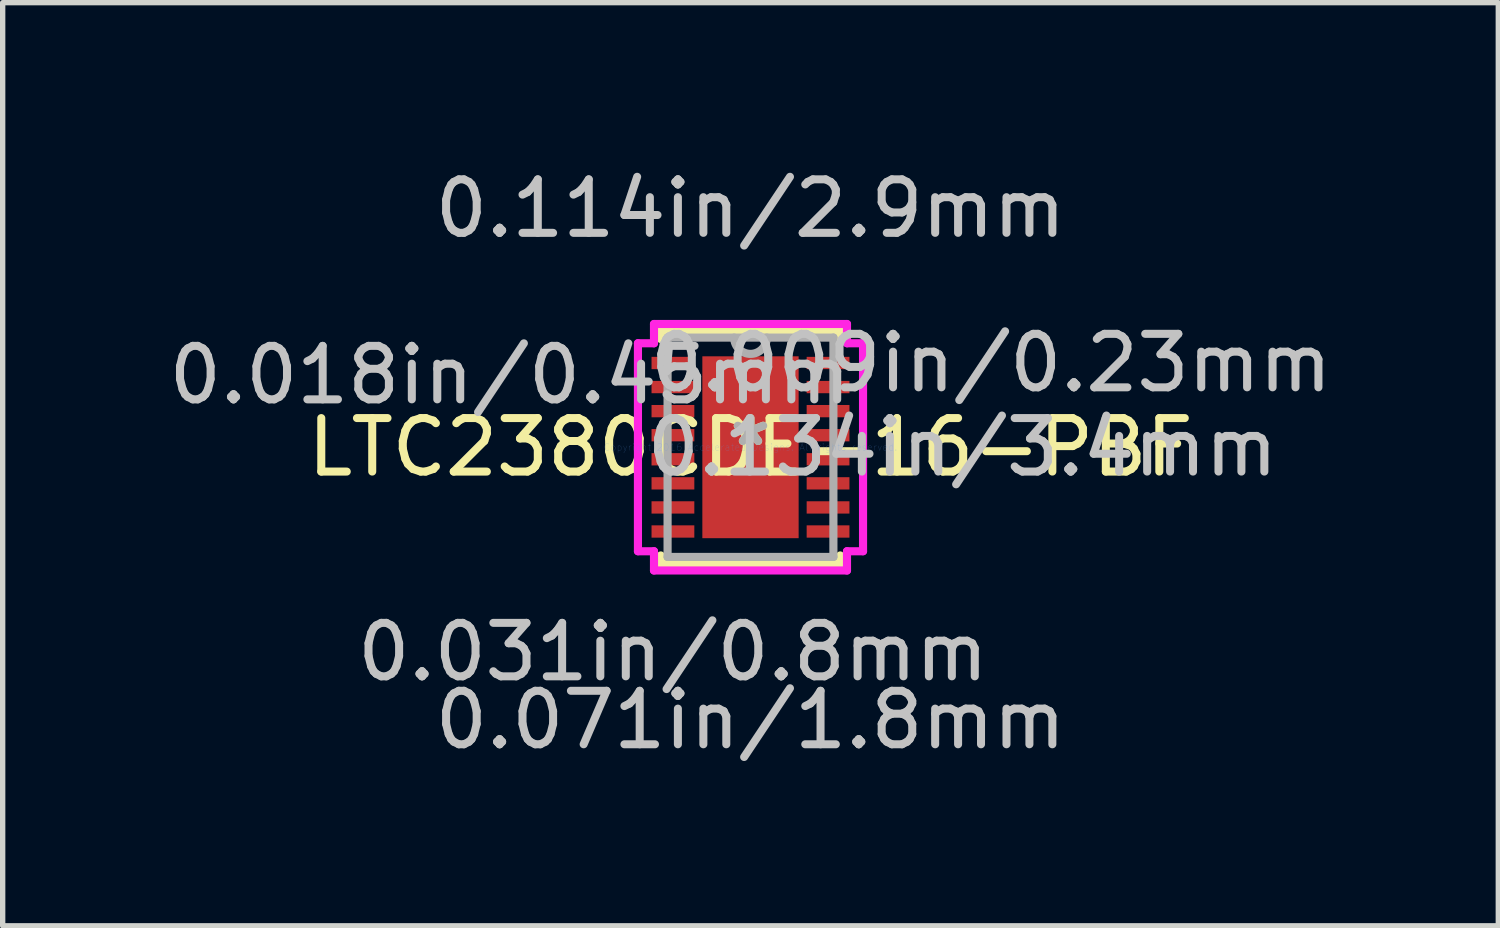
<source format=kicad_pcb>
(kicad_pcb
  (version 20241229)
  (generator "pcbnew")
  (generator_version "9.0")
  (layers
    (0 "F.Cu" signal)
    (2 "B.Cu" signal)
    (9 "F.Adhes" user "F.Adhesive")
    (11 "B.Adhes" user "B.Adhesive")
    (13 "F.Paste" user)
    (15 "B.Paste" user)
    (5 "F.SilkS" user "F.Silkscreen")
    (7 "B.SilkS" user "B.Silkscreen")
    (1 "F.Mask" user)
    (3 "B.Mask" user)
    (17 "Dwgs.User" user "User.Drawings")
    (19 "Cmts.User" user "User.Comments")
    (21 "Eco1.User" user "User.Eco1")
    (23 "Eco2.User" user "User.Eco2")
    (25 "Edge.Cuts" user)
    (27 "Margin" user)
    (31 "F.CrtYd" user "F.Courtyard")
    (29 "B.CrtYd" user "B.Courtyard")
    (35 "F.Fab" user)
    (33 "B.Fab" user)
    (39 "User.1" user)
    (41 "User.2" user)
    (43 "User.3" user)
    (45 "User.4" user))
  (footprint "LTC2380CDE-16-PBF"
    (layer "F.Cu")
    (at 10.98 5.311)
    (property "Reference" "LTC2380CDE-16-PBF" (at 0 0 0) (layer "F.SilkS") (effects (font (size 1 1) (thickness 0.15))))
    (attr through_hole)
    (fp_line (start -1.677 -2.177) (end -1.677 -2.023) (stroke (width 0.152) (type solid)) (layer "F.SilkS"))
    (fp_line (start -1.677 2.023) (end -1.677 2.177) (stroke (width 0.152) (type solid)) (layer "F.SilkS"))
    (fp_line (start -1.677 2.177) (end 1.677 2.177) (stroke (width 0.152) (type solid)) (layer "F.SilkS"))
    (fp_line (start 1.677 -2.177) (end -1.677 -2.177) (stroke (width 0.152) (type solid)) (layer "F.SilkS"))
    (fp_line (start 1.677 -2.023) (end 1.677 -2.177) (stroke (width 0.152) (type solid)) (layer "F.SilkS"))
    (fp_line (start 1.677 2.177) (end 1.677 2.023) (stroke (width 0.152) (type solid)) (layer "F.SilkS"))
    (fp_line (start -0.8 -1.6) (end -0.8 -0.1) (stroke (width 0.152) (type solid)) (layer "F.Paste"))
    (fp_line (start -0.8 -0.1) (end 0.8 -0.1) (stroke (width 0.152) (type solid)) (layer "F.Paste"))
    (fp_line (start -0.8 0.1) (end -0.8 1.6) (stroke (width 0.152) (type solid)) (layer "F.Paste"))
    (fp_line (start -0.8 1.6) (end 0.8 1.6) (stroke (width 0.152) (type solid)) (layer "F.Paste"))
    (fp_line (start 0.8 -1.6) (end -0.8 -1.6) (stroke (width 0.152) (type solid)) (layer "F.Paste"))
    (fp_line (start 0.8 -0.1) (end 0.8 -1.6) (stroke (width 0.152) (type solid)) (layer "F.Paste"))
    (fp_line (start 0.8 0.1) (end -0.8 0.1) (stroke (width 0.152) (type solid)) (layer "F.Paste"))
    (fp_line (start 0.8 1.6) (end 0.8 0.1) (stroke (width 0.152) (type solid)) (layer "F.Paste"))
    (fp_line (start -2.104 -1.944) (end -1.804 -1.944) (stroke (width 0.152) (type solid)) (layer "F.CrtYd"))
    (fp_line (start -2.104 1.944) (end -2.104 -1.944) (stroke (width 0.152) (type solid)) (layer "F.CrtYd"))
    (fp_line (start -1.804 -2.304) (end 1.804 -2.304) (stroke (width 0.152) (type solid)) (layer "F.CrtYd"))
    (fp_line (start -1.804 -1.944) (end -1.804 -2.304) (stroke (width 0.152) (type solid)) (layer "F.CrtYd"))
    (fp_line (start -1.804 1.944) (end -2.104 1.944) (stroke (width 0.152) (type solid)) (layer "F.CrtYd"))
    (fp_line (start -1.804 2.304) (end -1.804 1.944) (stroke (width 0.152) (type solid)) (layer "F.CrtYd"))
    (fp_line (start 1.804 -2.304) (end 1.804 -1.944) (stroke (width 0.152) (type solid)) (layer "F.CrtYd"))
    (fp_line (start 1.804 -1.944) (end 2.104 -1.944) (stroke (width 0.152) (type solid)) (layer "F.CrtYd"))
    (fp_line (start 1.804 1.944) (end 1.804 2.304) (stroke (width 0.152) (type solid)) (layer "F.CrtYd"))
    (fp_line (start 1.804 2.304) (end -1.804 2.304) (stroke (width 0.152) (type solid)) (layer "F.CrtYd"))
    (fp_line (start 2.104 -1.944) (end 2.104 1.944) (stroke (width 0.152) (type solid)) (layer "F.CrtYd"))
    (fp_line (start 2.104 1.944) (end 1.804 1.944) (stroke (width 0.152) (type solid)) (layer "F.CrtYd"))
    (fp_line (start -1.55 -2.05) (end -1.55 2.05) (stroke (width 0.152) (type solid)) (layer "F.Fab"))
    (fp_line (start -1.55 2.05) (end 1.55 2.05) (stroke (width 0.152) (type solid)) (layer "F.Fab"))
    (fp_line (start 1.55 -2.05) (end -1.55 -2.05) (stroke (width 0.152) (type solid)) (layer "F.Fab"))
    (fp_line (start 1.55 2.05) (end 1.55 -2.05) (stroke (width 0.152) (type solid)) (layer "F.Fab"))
    (fp_arc (start 0.3048 -2.05) (mid 0 -1.7452) (end -0.3048 -2.05) (stroke (width 0.1524) (type solid)) (layer "F.Fab"))
    (fp_text user "*" (at 0 0 0) (layer "F.SilkS") (effects (font (size 1 1) (thickness 0.15))))
    (fp_text user "0.114in/2.9mm" (at 0 -4.463 0) (layer "Dwgs.User") (effects (font (size 1 1) (thickness 0.15))))
    (fp_text user "0.031in/0.8mm" (at -1.45 3.828 0) (layer "Dwgs.User") (effects (font (size 1 1) (thickness 0.15))))
    (fp_text user "0.071in/1.8mm" (at 0 5.098 0) (layer "Dwgs.User") (effects (font (size 1 1) (thickness 0.15))))
    (fp_text user "0.134in/3.4mm" (at 3.963 0 0) (layer "Dwgs.User") (effects (font (size 1 1) (thickness 0.15))))
    (fp_text user "0.009in/0.23mm" (at 4.498 -1.575 0) (layer "Dwgs.User") (effects (font (size 1 1) (thickness 0.15))))
    (fp_text user "0.018in/0.45mm" (at -4.498 -1.35 0) (layer "Dwgs.User") (effects (font (size 1 1) (thickness 0.15))))
    (fp_text user "Copyright 2016 Accelerated Designs. All rights reserved." (at 0 0 0) (layer "Cmts.User") (effects (font (size 0.127 0.127) (thickness 0.002))))
    (fp_text user "*" (at 0 0 0) (layer "F.Fab") (effects (font (size 1 1) (thickness 0.15))))
    (pad "1" smd rect (at -1.45 -1.575) (size 0.8 0.23) (layers "F.Cu" "F.Mask" "F.Paste"))
    (pad "2" smd rect (at -1.45 -1.125) (size 0.8 0.23) (layers "F.Cu" "F.Mask" "F.Paste"))
    (pad "3" smd rect (at -1.45 -0.675) (size 0.8 0.23) (layers "F.Cu" "F.Mask" "F.Paste"))
    (pad "4" smd rect (at -1.45 -0.225) (size 0.8 0.23) (layers "F.Cu" "F.Mask" "F.Paste"))
    (pad "5" smd rect (at -1.45 0.225) (size 0.8 0.23) (layers "F.Cu" "F.Mask" "F.Paste"))
    (pad "6" smd rect (at -1.45 0.675) (size 0.8 0.23) (layers "F.Cu" "F.Mask" "F.Paste"))
    (pad "7" smd rect (at -1.45 1.125) (size 0.8 0.23) (layers "F.Cu" "F.Mask" "F.Paste"))
    (pad "8" smd rect (at -1.45 1.575) (size 0.8 0.23) (layers "F.Cu" "F.Mask" "F.Paste"))
    (pad "9" smd rect (at 1.45 1.575) (size 0.8 0.23) (layers "F.Cu" "F.Mask" "F.Paste"))
    (pad "10" smd rect (at 1.45 1.125) (size 0.8 0.23) (layers "F.Cu" "F.Mask" "F.Paste"))
    (pad "11" smd rect (at 1.45 0.675) (size 0.8 0.23) (layers "F.Cu" "F.Mask" "F.Paste"))
    (pad "12" smd rect (at 1.45 0.225) (size 0.8 0.23) (layers "F.Cu" "F.Mask" "F.Paste"))
    (pad "13" smd rect (at 1.45 -0.225) (size 0.8 0.23) (layers "F.Cu" "F.Mask" "F.Paste"))
    (pad "14" smd rect (at 1.45 -0.675) (size 0.8 0.23) (layers "F.Cu" "F.Mask" "F.Paste"))
    (pad "15" smd rect (at 1.45 -1.125) (size 0.8 0.23) (layers "F.Cu" "F.Mask" "F.Paste"))
    (pad "16" smd rect (at 1.45 -1.575) (size 0.8 0.23) (layers "F.Cu" "F.Mask" "F.Paste"))
    (pad "17" smd rect (at 0 0) (size 1.8 3.4) (layers "F.Cu" "F.Mask" "F.Paste")))
  (gr_rect
    (start -3 -3)
    (end 24.96 14.258)
    (stroke (width 0.1) (type default))
    (fill no)
    (layer "Edge.Cuts")))
</source>
